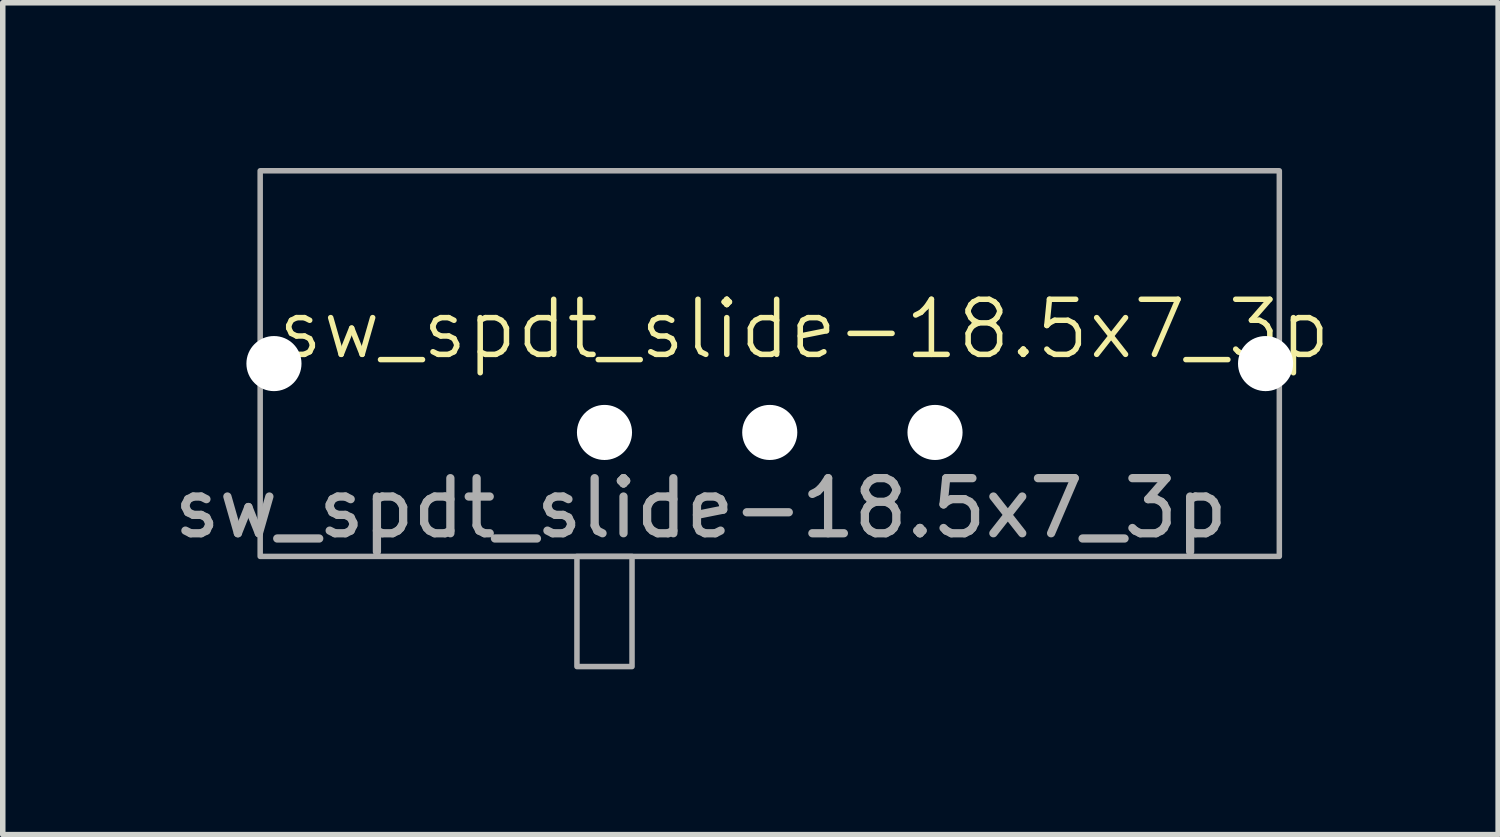
<source format=kicad_pcb>
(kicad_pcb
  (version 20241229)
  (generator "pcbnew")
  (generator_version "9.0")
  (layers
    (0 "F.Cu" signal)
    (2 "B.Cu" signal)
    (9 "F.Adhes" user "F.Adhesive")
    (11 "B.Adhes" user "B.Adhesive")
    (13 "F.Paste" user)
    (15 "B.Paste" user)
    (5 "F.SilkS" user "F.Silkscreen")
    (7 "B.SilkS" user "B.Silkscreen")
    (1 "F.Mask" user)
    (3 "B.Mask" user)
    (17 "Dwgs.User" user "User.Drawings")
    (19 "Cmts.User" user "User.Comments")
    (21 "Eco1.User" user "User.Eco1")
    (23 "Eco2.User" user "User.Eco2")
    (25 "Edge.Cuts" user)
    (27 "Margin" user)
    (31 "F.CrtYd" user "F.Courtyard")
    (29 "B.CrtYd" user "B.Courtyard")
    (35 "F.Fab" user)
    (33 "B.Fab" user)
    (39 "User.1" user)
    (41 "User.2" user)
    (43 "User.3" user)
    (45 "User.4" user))
  (footprint "sw_spdt_slide-18.5x7_3p"
    (layer "F.Cu")
    (at 7.923 4.8)
    (property "Reference" "sw_spdt_slide-18.5x7_3p" (at 3.625 -1.875 0) (unlocked yes) (layer "F.SilkS") (effects (font (size 1 1) (thickness 0.1))))
    (attr through_hole)
    (fp_rect (start -6.25 -4.75) (end 12.25 2.25) (stroke (width 0.1) (type solid)) (fill no) (layer "F.Fab"))
    (fp_rect (start -0.5 2.25) (end 0.5 4.25) (stroke (width 0.1) (type default)) (fill no) (layer "F.Fab"))
    (fp_text user "${REFERENCE}" (at 1.75 1.375 0) (unlocked yes) (layer "F.Fab") (effects (font (size 1 1) (thickness 0.15))))
    (pad "1" thru_hole circle (at 0 0) (size 1.4 1.4) (drill 1) (layers "*.Cu" "B.Mask") (remove_unused_layers yes) (zone_layer_connections))
    (pad "2" thru_hole circle (at 3 0) (size 1.4 1.4) (drill 1) (layers "*.Cu" "B.Mask") (remove_unused_layers yes) (zone_layer_connections))
    (pad "3" thru_hole circle (at 6 0) (size 1.4 1.4) (drill 1) (layers "*.Cu" "B.Mask") (remove_unused_layers yes) (zone_layer_connections))
    (pad "4" thru_hole circle (at -6 -1.25) (size 1.4 1.4) (drill 1) (layers "*.Cu" "B.Mask") (remove_unused_layers yes) (zone_layer_connections))
    (pad "4" thru_hole circle (at 12 -1.25) (size 1.4 1.4) (drill 1) (layers "*.Cu" "B.Mask") (remove_unused_layers yes) (zone_layer_connections)))
  (gr_rect
    (start -3 -3)
    (end 24.145 12.1)
    (stroke (width 0.1) (type default))
    (fill no)
    (layer "Edge.Cuts")))
</source>
